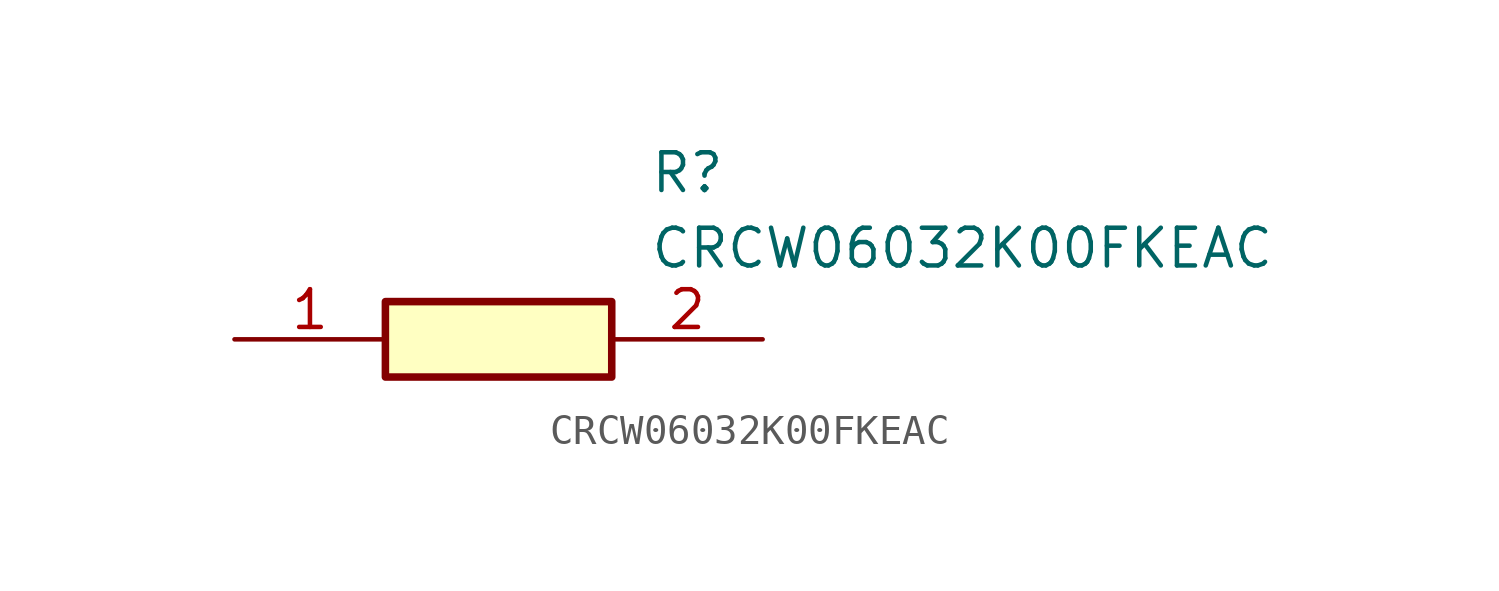
<source format=kicad_sym>
(kicad_symbol_lib
  (version 20211014)
  (generator SamacSys_ECAD_Model)
  (symbol "CRCW06032K00FKEAC"
    (pin_names hide)
    (property "Reference" "R"
      (at 13.97 6.35 0)
      (effects (font (size 1.27 1.27)) (justify left top)))
    (property "Value" "CRCW06032K00FKEAC"
      (at 13.97 3.81 0)
      (effects (font (size 1.27 1.27)) (justify left top)))
    (rectangle
      (start 5.08 1.27)
      (end 12.7 -1.27)
      (stroke (width 0.254) (type default))
      (fill (type background)))
    (pin passive line
      (at 0 0 0)
      (length 5.08)
      (name "1" (effects (font (size 1.27 1.27))))
      (number "1" (effects (font (size 1.27 1.27)))))
    (pin passive line
      (at 17.78 0 180)
      (length 5.08)
      (name "2" (effects (font (size 1.27 1.27))))
      (number "2" (effects (font (size 1.27 1.27)))))))
</source>
